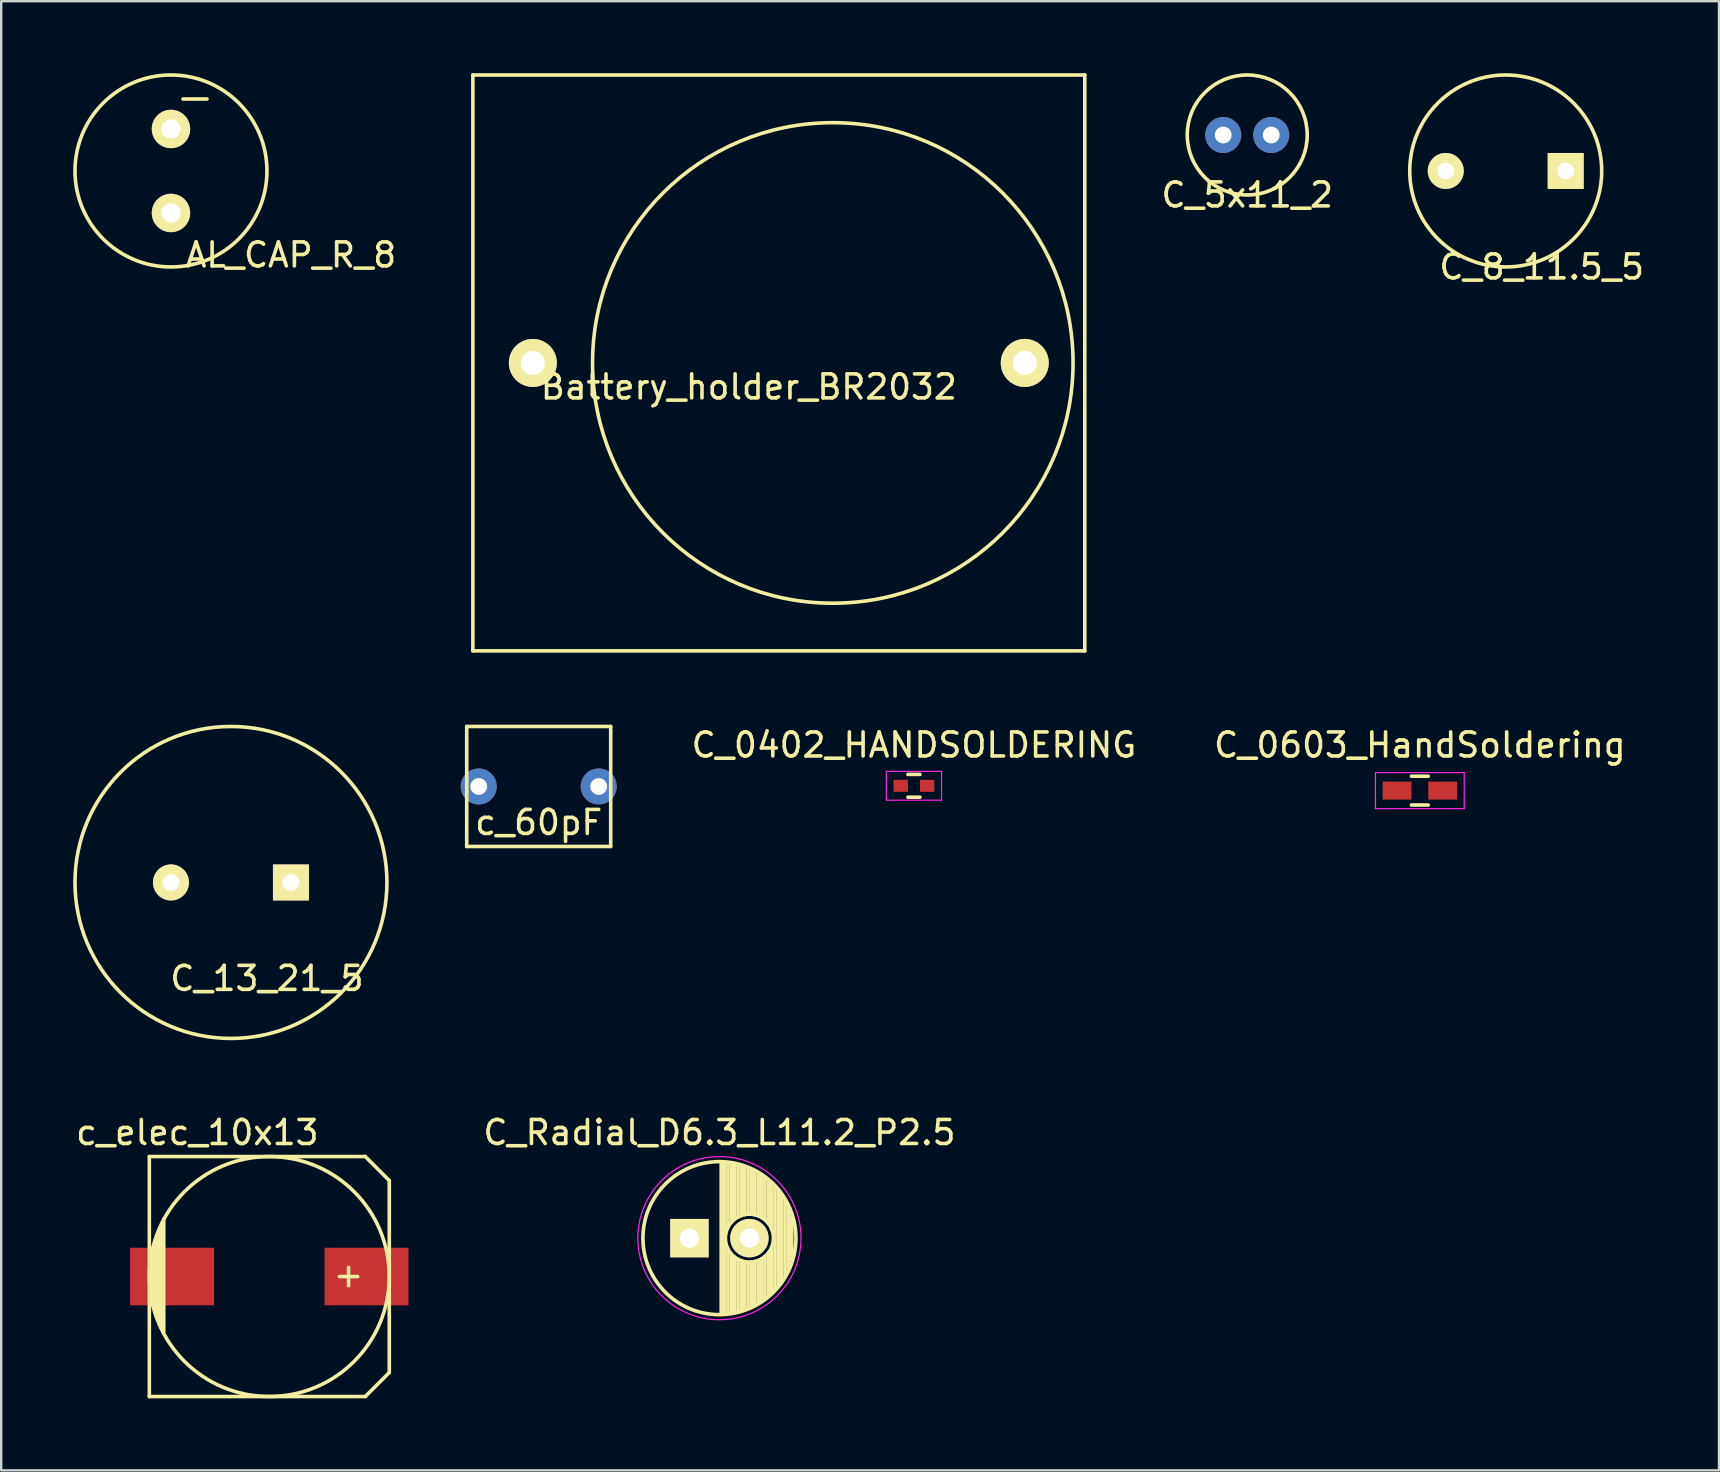
<source format=kicad_pcb>
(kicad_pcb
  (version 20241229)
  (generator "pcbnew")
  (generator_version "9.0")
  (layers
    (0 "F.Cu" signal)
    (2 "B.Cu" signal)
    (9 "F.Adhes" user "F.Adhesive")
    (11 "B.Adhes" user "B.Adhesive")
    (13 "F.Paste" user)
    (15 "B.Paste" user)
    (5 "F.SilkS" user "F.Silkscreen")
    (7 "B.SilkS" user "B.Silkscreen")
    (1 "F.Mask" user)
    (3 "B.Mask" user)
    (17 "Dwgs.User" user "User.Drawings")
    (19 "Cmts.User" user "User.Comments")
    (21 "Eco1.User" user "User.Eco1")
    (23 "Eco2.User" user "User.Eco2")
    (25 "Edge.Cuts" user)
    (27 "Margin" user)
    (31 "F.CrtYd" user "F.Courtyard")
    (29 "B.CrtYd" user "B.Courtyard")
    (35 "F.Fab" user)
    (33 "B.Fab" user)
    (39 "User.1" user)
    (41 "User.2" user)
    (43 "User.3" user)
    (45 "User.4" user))
  (footprint "c_60pF"
    (layer "F.Cu")
    (at 19.4 29.725)
    (property "Reference" "c_60pF" (at 0 1.5 0) (layer "F.SilkS") (effects (font (size 1 1) (thickness 0.15))))
    (attr through_hole)
    (fp_line (start -3 -2.5) (end -3 2.5) (stroke (width 0.15) (type solid)) (layer "F.SilkS"))
    (fp_line (start -3 2.5) (end 3 2.5) (stroke (width 0.15) (type solid)) (layer "F.SilkS"))
    (fp_line (start 3 -2.5) (end -3 -2.5) (stroke (width 0.15) (type solid)) (layer "F.SilkS"))
    (fp_line (start 3 2.5) (end 3 -2.5) (stroke (width 0.15) (type solid)) (layer "F.SilkS"))
    (pad "1" thru_hole circle (at -2.5 0) (size 1.5 1.5) (drill 0.7) (layers "*.Cu" "*.Mask"))
    (pad "2" thru_hole circle (at 2.5 0) (size 1.5 1.5) (drill 0.7) (layers "*.Cu" "*.Mask")))
  (footprint "C_Radial_D6.3_L11.2_P2.5"
    (layer "F.Cu")
    (at 25.681 48.548)
    (property "Reference" "C_Radial_D6.3_L11.2_P2.5" (at 1.25 -4.4 0) (layer "F.SilkS") (effects (font (size 1 1) (thickness 0.15))))
    (attr through_hole)
    (fp_line (start 1.325 -3.149) (end 1.325 3.149) (stroke (width 0.15) (type solid)) (layer "F.SilkS"))
    (fp_line (start 1.465 -3.143) (end 1.465 3.143) (stroke (width 0.15) (type solid)) (layer "F.SilkS"))
    (fp_line (start 1.605 -3.13) (end 1.605 -0.446) (stroke (width 0.15) (type solid)) (layer "F.SilkS"))
    (fp_line (start 1.605 0.446) (end 1.605 3.13) (stroke (width 0.15) (type solid)) (layer "F.SilkS"))
    (fp_line (start 1.745 -3.111) (end 1.745 -0.656) (stroke (width 0.15) (type solid)) (layer "F.SilkS"))
    (fp_line (start 1.745 0.656) (end 1.745 3.111) (stroke (width 0.15) (type solid)) (layer "F.SilkS"))
    (fp_line (start 1.885 -3.085) (end 1.885 -0.789) (stroke (width 0.15) (type solid)) (layer "F.SilkS"))
    (fp_line (start 1.885 0.789) (end 1.885 3.085) (stroke (width 0.15) (type solid)) (layer "F.SilkS"))
    (fp_line (start 2.025 -3.053) (end 2.025 -0.88) (stroke (width 0.15) (type solid)) (layer "F.SilkS"))
    (fp_line (start 2.025 0.88) (end 2.025 3.053) (stroke (width 0.15) (type solid)) (layer "F.SilkS"))
    (fp_line (start 2.165 -3.014) (end 2.165 -0.942) (stroke (width 0.15) (type solid)) (layer "F.SilkS"))
    (fp_line (start 2.165 0.942) (end 2.165 3.014) (stroke (width 0.15) (type solid)) (layer "F.SilkS"))
    (fp_line (start 2.305 -2.968) (end 2.305 -0.981) (stroke (width 0.15) (type solid)) (layer "F.SilkS"))
    (fp_line (start 2.305 0.981) (end 2.305 2.968) (stroke (width 0.15) (type solid)) (layer "F.SilkS"))
    (fp_line (start 2.445 -2.915) (end 2.445 -0.998) (stroke (width 0.15) (type solid)) (layer "F.SilkS"))
    (fp_line (start 2.445 0.998) (end 2.445 2.915) (stroke (width 0.15) (type solid)) (layer "F.SilkS"))
    (fp_line (start 2.585 -2.853) (end 2.585 -0.996) (stroke (width 0.15) (type solid)) (layer "F.SilkS"))
    (fp_line (start 2.585 0.996) (end 2.585 2.853) (stroke (width 0.15) (type solid)) (layer "F.SilkS"))
    (fp_line (start 2.725 -2.783) (end 2.725 -0.974) (stroke (width 0.15) (type solid)) (layer "F.SilkS"))
    (fp_line (start 2.725 0.974) (end 2.725 2.783) (stroke (width 0.15) (type solid)) (layer "F.SilkS"))
    (fp_line (start 2.865 -2.704) (end 2.865 -0.931) (stroke (width 0.15) (type solid)) (layer "F.SilkS"))
    (fp_line (start 2.865 0.931) (end 2.865 2.704) (stroke (width 0.15) (type solid)) (layer "F.SilkS"))
    (fp_line (start 3.005 -2.616) (end 3.005 -0.863) (stroke (width 0.15) (type solid)) (layer "F.SilkS"))
    (fp_line (start 3.005 0.863) (end 3.005 2.616) (stroke (width 0.15) (type solid)) (layer "F.SilkS"))
    (fp_line (start 3.145 -2.516) (end 3.145 -0.764) (stroke (width 0.15) (type solid)) (layer "F.SilkS"))
    (fp_line (start 3.145 0.764) (end 3.145 2.516) (stroke (width 0.15) (type solid)) (layer "F.SilkS"))
    (fp_line (start 3.285 -2.404) (end 3.285 -0.619) (stroke (width 0.15) (type solid)) (layer "F.SilkS"))
    (fp_line (start 3.285 0.619) (end 3.285 2.404) (stroke (width 0.15) (type solid)) (layer "F.SilkS"))
    (fp_line (start 3.425 -2.279) (end 3.425 -0.38) (stroke (width 0.15) (type solid)) (layer "F.SilkS"))
    (fp_line (start 3.425 0.38) (end 3.425 2.279) (stroke (width 0.15) (type solid)) (layer "F.SilkS"))
    (fp_line (start 3.565 -2.136) (end 3.565 2.136) (stroke (width 0.15) (type solid)) (layer "F.SilkS"))
    (fp_line (start 3.705 -1.974) (end 3.705 1.974) (stroke (width 0.15) (type solid)) (layer "F.SilkS"))
    (fp_line (start 3.845 -1.786) (end 3.845 1.786) (stroke (width 0.15) (type solid)) (layer "F.SilkS"))
    (fp_line (start 3.985 -1.563) (end 3.985 1.563) (stroke (width 0.15) (type solid)) (layer "F.SilkS"))
    (fp_line (start 4.125 -1.287) (end 4.125 1.287) (stroke (width 0.15) (type solid)) (layer "F.SilkS"))
    (fp_line (start 4.265 -0.912) (end 4.265 0.912) (stroke (width 0.15) (type solid)) (layer "F.SilkS"))
    (fp_circle (center 1.25 0) (end 1.25 -3.188) (stroke (width 0.15) (type solid)) (fill no) (layer "F.SilkS"))
    (fp_circle (center 2.5 0) (end 2.5 -1) (stroke (width 0.15) (type solid)) (fill no) (layer "F.SilkS"))
    (fp_circle (center 1.25 0) (end 1.25 -3.4) (stroke (width 0.05) (type solid)) (fill no) (layer "F.CrtYd"))
    (pad "1" thru_hole rect (at 0 0) (size 1.6 1.6) (drill 0.8) (layers "*.Cu" "*.Mask" "F.SilkS"))
    (pad "2" thru_hole circle (at 2.5 0) (size 1.6 1.6) (drill 0.8) (layers "*.Cu" "*.Mask" "F.SilkS")))
  (footprint "C_5x11_2"
    (layer "F.Cu")
    (at 48.927 2.575)
    (property "Reference" "C_5x11_2" (at 0 2.5 0) (layer "F.SilkS") (effects (font (size 1 1) (thickness 0.15))))
    (attr through_hole)
    (fp_circle (center 0 0) (end 0 -2.5) (stroke (width 0.15) (type solid)) (fill no) (layer "F.SilkS"))
    (pad "1" thru_hole circle (at -1 0) (size 1.5 1.5) (drill 0.7) (layers "*.Cu" "*.Mask"))
    (pad "2" thru_hole circle (at 1 0) (size 1.5 1.5) (drill 0.7) (layers "*.Cu" "*.Mask")))
  (footprint "Battery_holder_BR2032"
    (layer "F.Cu")
    (at 29.656 12.075)
    (property "Reference" "Battery_holder_BR2032" (at -1.5 1 0) (layer "F.SilkS") (effects (font (size 1 1) (thickness 0.15))))
    (attr through_hole)
    (fp_line (start -13 -12) (end -13 12) (stroke (width 0.15) (type solid)) (layer "F.SilkS"))
    (fp_line (start -13 12) (end 12.5 12) (stroke (width 0.15) (type solid)) (layer "F.SilkS"))
    (fp_line (start 12.5 -12) (end -13 -12) (stroke (width 0.15) (type solid)) (layer "F.SilkS"))
    (fp_line (start 12.5 12) (end 12.5 -12) (stroke (width 0.15) (type solid)) (layer "F.SilkS"))
    (fp_circle (center 2 0) (end 2.5 10) (stroke (width 0.15) (type solid)) (fill no) (layer "F.SilkS"))
    (pad "1" thru_hole circle (at -10.5 0) (size 2 2) (drill 1) (layers "*.Cu" "*.Mask" "F.SilkS"))
    (pad "2" thru_hole circle (at 10 0) (size 2 2) (drill 1) (layers "*.Cu" "*.Mask" "F.SilkS")))
  (footprint "C_8_11.5_5"
    (layer "F.Cu")
    (at 59.699 4.075)
    (property "Reference" "C_8_11.5_5" (at 1.5 4 0) (layer "F.SilkS") (effects (font (size 1 1) (thickness 0.15))))
    (attr through_hole)
    (fp_circle (center 0 0) (end 4 0) (stroke (width 0.15) (type solid)) (fill no) (layer "F.SilkS"))
    (pad "1" thru_hole circle (at -2.5 0) (size 1.5 1.5) (drill 0.7) (layers "*.Cu" "*.Mask" "F.SilkS"))
    (pad "2" thru_hole rect (at 2.5 0) (size 1.5 1.5) (drill 0.7) (layers "*.Cu" "*.Mask" "F.SilkS")))
  (footprint "C_0402_HANDSOLDERING"
    (layer "F.Cu")
    (at 35.037 29.698)
    (property "Reference" "C_0402_HANDSOLDERING" (at 0 -1.7 0) (layer "F.SilkS") (effects (font (size 1 1) (thickness 0.15))))
    (attr smd)
    (fp_line (start -0.25 0.475) (end 0.25 0.475) (stroke (width 0.15) (type solid)) (layer "F.SilkS"))
    (fp_line (start 0.25 -0.475) (end -0.25 -0.475) (stroke (width 0.15) (type solid)) (layer "F.SilkS"))
    (fp_line (start -1.15 -0.6) (end -1.15 0.6) (stroke (width 0.05) (type solid)) (layer "F.CrtYd"))
    (fp_line (start -1.15 -0.6) (end 1.15 -0.6) (stroke (width 0.05) (type solid)) (layer "F.CrtYd"))
    (fp_line (start -1.15 0.6) (end 1.15 0.6) (stroke (width 0.05) (type solid)) (layer "F.CrtYd"))
    (fp_line (start 1.15 -0.6) (end 1.15 0.6) (stroke (width 0.05) (type solid)) (layer "F.CrtYd"))
    (pad "1" smd rect (at -0.55 0) (size 0.6 0.5) (layers "F.Cu" "F.Mask" "F.Paste"))
    (pad "2" smd rect (at 0.55 0) (size 0.6 0.5) (layers "F.Cu" "F.Mask" "F.Paste")))
  (footprint "C_0603_HandSoldering"
    (layer "F.Cu")
    (at 56.12 29.898)
    (property "Reference" "C_0603_HandSoldering" (at 0 -1.9 0) (layer "F.SilkS") (effects (font (size 1 1) (thickness 0.15))))
    (attr smd)
    (fp_line (start -0.35 -0.6) (end 0.35 -0.6) (stroke (width 0.15) (type solid)) (layer "F.SilkS"))
    (fp_line (start 0.35 0.6) (end -0.35 0.6) (stroke (width 0.15) (type solid)) (layer "F.SilkS"))
    (fp_line (start -1.85 -0.75) (end -1.85 0.75) (stroke (width 0.05) (type solid)) (layer "F.CrtYd"))
    (fp_line (start -1.85 -0.75) (end 1.85 -0.75) (stroke (width 0.05) (type solid)) (layer "F.CrtYd"))
    (fp_line (start -1.85 0.75) (end 1.85 0.75) (stroke (width 0.05) (type solid)) (layer "F.CrtYd"))
    (fp_line (start 1.85 -0.75) (end 1.85 0.75) (stroke (width 0.05) (type solid)) (layer "F.CrtYd"))
    (pad "1" smd rect (at -0.95 0) (size 1.2 0.75) (layers "F.Cu" "F.Mask" "F.Paste"))
    (pad "2" smd rect (at 0.95 0) (size 1.2 0.75) (layers "F.Cu" "F.Mask" "F.Paste")))
  (footprint "C_13_21_5"
    (layer "F.Cu")
    (at 6.575 33.725)
    (property "Reference" "C_13_21_5" (at 1.5 4 0) (layer "F.SilkS") (effects (font (size 1 1) (thickness 0.15))))
    (attr through_hole)
    (fp_circle (center 0 0) (end 0 6.5) (stroke (width 0.15) (type solid)) (fill no) (layer "F.SilkS"))
    (pad "1" thru_hole circle (at -2.5 0) (size 1.5 1.5) (drill 0.7) (layers "*.Cu" "*.Mask" "F.SilkS"))
    (pad "2" thru_hole rect (at 2.5 0) (size 1.5 1.5) (drill 0.7) (layers "*.Cu" "*.Mask" "F.SilkS")))
  (footprint "AL_CAP_R_8"
    (layer "F.Cu")
    (at 4.075 4.075)
    (property "Reference" "AL_CAP_R_8" (at 5 3.5 0) (layer "F.SilkS") (effects (font (size 1 1) (thickness 0.15))))
    (attr through_hole)
    (fp_line (start 0.5 -3) (end 1.5 -3) (stroke (width 0.15) (type solid)) (layer "F.SilkS"))
    (fp_circle (center 0 0) (end 0 4) (stroke (width 0.15) (type solid)) (fill no) (layer "F.SilkS"))
    (pad "1" thru_hole circle (at 0 1.75) (size 1.6 1.6) (drill 0.8) (layers "*.Cu" "*.Mask" "F.SilkS"))
    (pad "2" thru_hole circle (at 0 -1.75) (size 1.6 1.6) (drill 0.8) (layers "*.Cu" "*.Mask" "F.SilkS")))
  (footprint "c_elec_10x13"
    (layer "F.Cu")
    (at 8.173 50.148)
    (property "Reference" "c_elec_10x13" (at -3 -6 0) (layer "F.SilkS") (effects (font (size 1 1) (thickness 0.15))))
    (attr smd)
    (fp_line (start -5 -5) (end -5 5) (stroke (width 0.15) (type solid)) (layer "F.SilkS"))
    (fp_line (start -5 5) (end 4 5) (stroke (width 0.15) (type solid)) (layer "F.SilkS"))
    (fp_line (start -4.9 -0.8) (end -4.9 0.7) (stroke (width 0.15) (type solid)) (layer "F.SilkS"))
    (fp_line (start -4.8 1.2) (end -4.8 -1.2) (stroke (width 0.15) (type solid)) (layer "F.SilkS"))
    (fp_line (start -4.7 -1.5) (end -4.7 1.5) (stroke (width 0.15) (type solid)) (layer "F.SilkS"))
    (fp_line (start -4.6 -1.8) (end -4.6 1.9) (stroke (width 0.15) (type solid)) (layer "F.SilkS"))
    (fp_line (start -4.5 -2.1) (end -4.5 2.1) (stroke (width 0.15) (type solid)) (layer "F.SilkS"))
    (fp_line (start -4.4 -2.4) (end -4.4 2.3) (stroke (width 0.15) (type solid)) (layer "F.SilkS"))
    (fp_line (start 3.302 -0.381) (end 3.302 0.381) (stroke (width 0.15) (type solid)) (layer "F.SilkS"))
    (fp_line (start 3.683 0) (end 2.921 0) (stroke (width 0.15) (type solid)) (layer "F.SilkS"))
    (fp_line (start 4 -5) (end -5 -5) (stroke (width 0.15) (type solid)) (layer "F.SilkS"))
    (fp_line (start 4 5) (end 5 4) (stroke (width 0.15) (type solid)) (layer "F.SilkS"))
    (fp_line (start 5 -4) (end 4 -5) (stroke (width 0.15) (type solid)) (layer "F.SilkS"))
    (fp_line (start 5 4) (end 5 -4) (stroke (width 0.15) (type solid)) (layer "F.SilkS"))
    (fp_circle (center 0 0) (end 5 0) (stroke (width 0.15) (type solid)) (fill no) (layer "F.SilkS"))
    (pad "1" smd rect (at 4.05 0) (size 3.5 2.4) (layers "F.Cu" "F.Mask" "F.Paste"))
    (pad "2" smd rect (at -4.05 0) (size 3.5 2.4) (layers "F.Cu" "F.Mask" "F.Paste")))
  (gr_rect
    (start -3 -3)
    (end 68.586 58.223)
    (stroke (width 0.1) (type default))
    (fill no)
    (layer "Edge.Cuts")))
</source>
